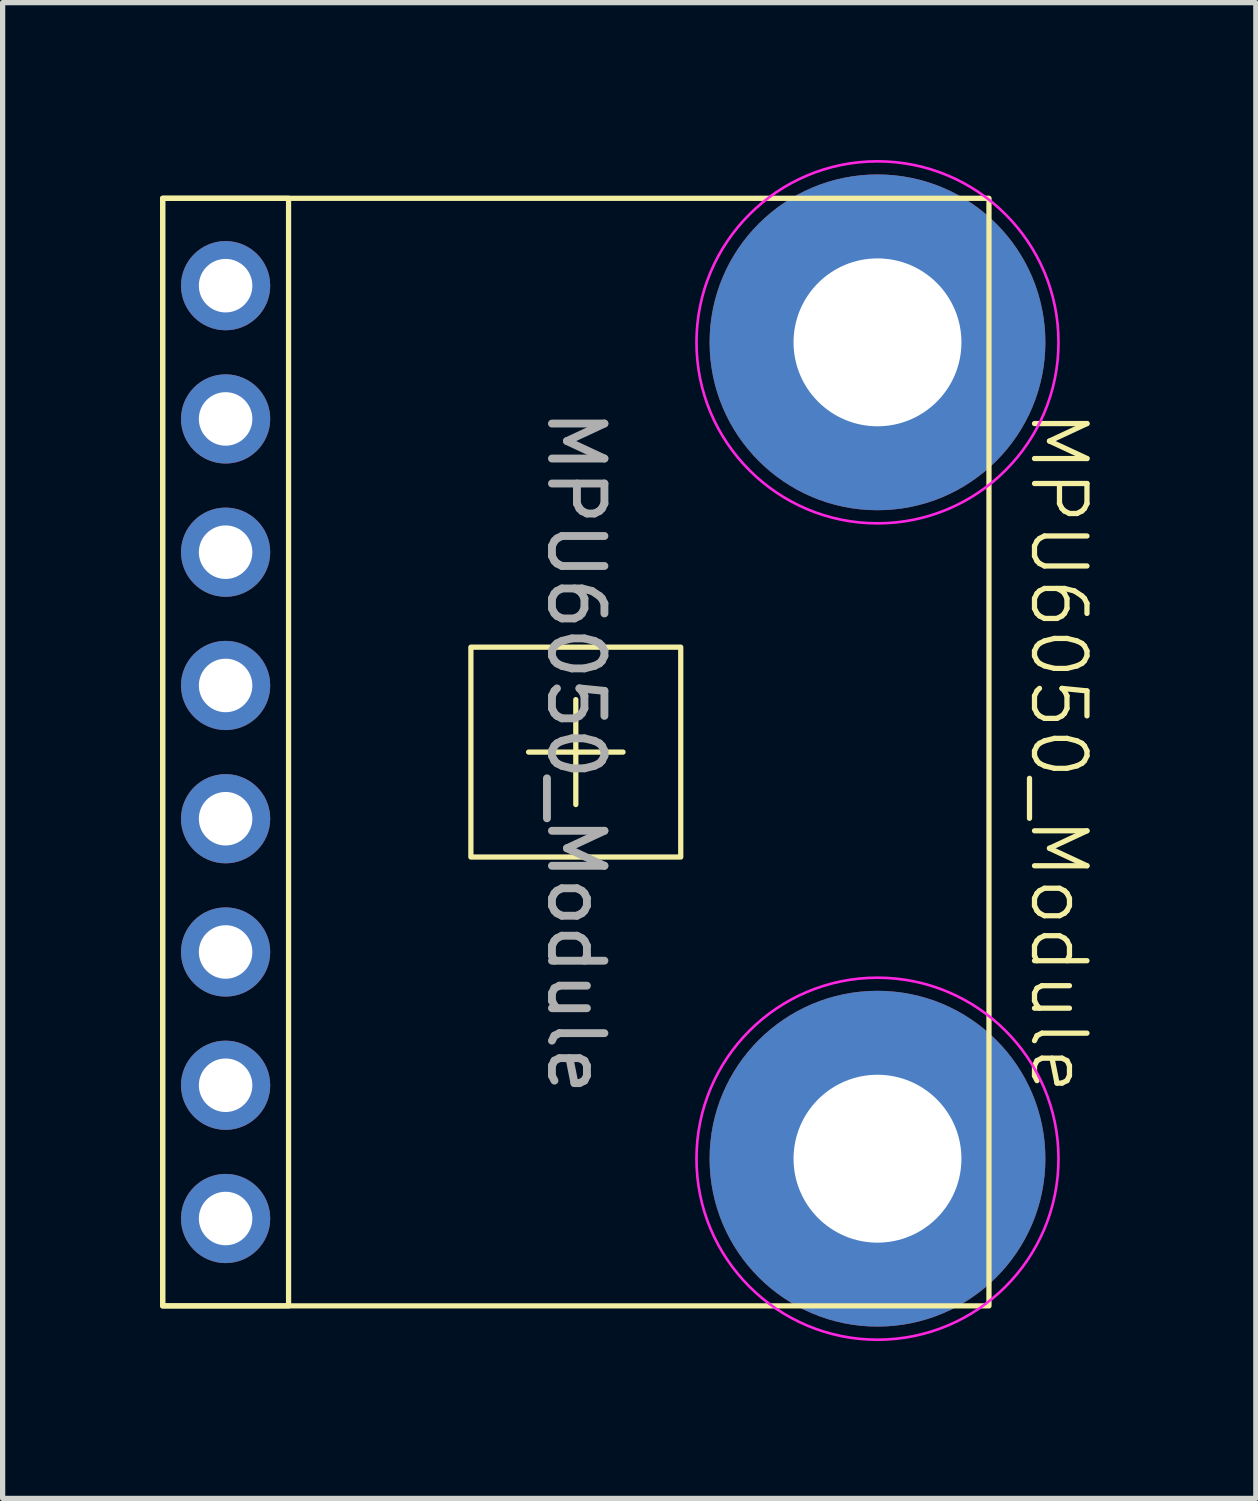
<source format=kicad_pcb>
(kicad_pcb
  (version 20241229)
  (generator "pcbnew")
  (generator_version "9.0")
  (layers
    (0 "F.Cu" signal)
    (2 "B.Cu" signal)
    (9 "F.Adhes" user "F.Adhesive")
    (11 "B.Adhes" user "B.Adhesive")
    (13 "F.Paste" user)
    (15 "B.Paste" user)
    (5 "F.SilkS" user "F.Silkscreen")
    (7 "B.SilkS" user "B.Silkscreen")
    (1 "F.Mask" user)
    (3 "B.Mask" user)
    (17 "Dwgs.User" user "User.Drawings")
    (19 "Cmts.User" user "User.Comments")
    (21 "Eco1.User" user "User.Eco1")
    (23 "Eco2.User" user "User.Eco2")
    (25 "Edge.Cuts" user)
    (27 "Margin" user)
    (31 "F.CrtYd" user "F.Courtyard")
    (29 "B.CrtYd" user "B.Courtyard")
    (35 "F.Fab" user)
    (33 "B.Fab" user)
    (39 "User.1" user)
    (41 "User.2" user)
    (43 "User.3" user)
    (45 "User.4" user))
  (footprint "MPU6050_Module"
    (layer "F.Cu")
    (at 7.925 11.285)
    (property "Reference" "MPU6050_Module" (at 9.2 0 270) (unlocked yes) (layer "F.SilkS") (effects (font (size 1 1) (thickness 0.1))))
    (attr through_hole exclude_from_bom)
    (fp_line (start -0.9 0) (end 0.9 0) (stroke (width 0.1) (type default)) (layer "F.SilkS"))
    (fp_line (start 0 1) (end 0 -1) (stroke (width 0.1) (type default)) (layer "F.SilkS"))
    (fp_rect (start -7.875 -10.555) (end -5.475 10.555) (stroke (width 0.1) (type default)) (fill no) (layer "F.SilkS"))
    (fp_rect (start -7.875 -10.555) (end 7.875 10.555) (stroke (width 0.1) (type default)) (fill no) (layer "F.SilkS"))
    (fp_rect (start -2 -2) (end 2 2) (stroke (width 0.1) (type default)) (fill no) (layer "F.SilkS"))
    (fp_circle (center 5.75 -7.81) (end 9.2 -7.81) (stroke (width 0.05) (type solid)) (fill no) (layer "F.CrtYd"))
    (fp_circle (center 5.75 7.75) (end 9.2 7.75) (stroke (width 0.05) (type default)) (fill no) (layer "F.CrtYd"))
    (fp_text user "${REFERENCE}" (at 0 0 270) (unlocked yes) (layer "F.Fab") (effects (font (size 1 1) (thickness 0.15))))
    (pad "" np_thru_hole circle (at 5.75 -7.81) (size 6.4 6.4) (drill 3.2) (layers "*.Cu" "*.Mask"))
    (pad "" np_thru_hole circle (at 5.75 7.75) (size 6.4 6.4) (drill 3.2) (layers "*.Cu" "*.Mask"))
    (pad "1" thru_hole circle (at -6.675 -8.89) (size 1.7 1.7) (drill 1.02) (layers "*.Cu" "*.Mask"))
    (pad "2" thru_hole circle (at -6.675 -6.35) (size 1.7 1.7) (drill 1.02) (layers "*.Cu" "*.Mask"))
    (pad "3" thru_hole circle (at -6.675 -3.81) (size 1.7 1.7) (drill 1.02) (layers "*.Cu" "*.Mask"))
    (pad "4" thru_hole circle (at -6.675 -1.27) (size 1.7 1.7) (drill 1.02) (layers "*.Cu" "*.Mask"))
    (pad "5" thru_hole circle (at -6.675 1.27) (size 1.7 1.7) (drill 1.02) (layers "*.Cu" "*.Mask"))
    (pad "6" thru_hole circle (at -6.675 3.81) (size 1.7 1.7) (drill 1.02) (layers "*.Cu" "*.Mask"))
    (pad "7" thru_hole circle (at -6.675 6.35) (size 1.7 1.7) (drill 1.02) (layers "*.Cu" "*.Mask"))
    (pad "8" thru_hole circle (at -6.675 8.89) (size 1.7 1.7) (drill 1.02) (layers "*.Cu" "*.Mask")))
  (gr_rect
    (start -3 -3)
    (end 20.886 25.51)
    (stroke (width 0.1) (type default))
    (fill no)
    (layer "Edge.Cuts")))
</source>
